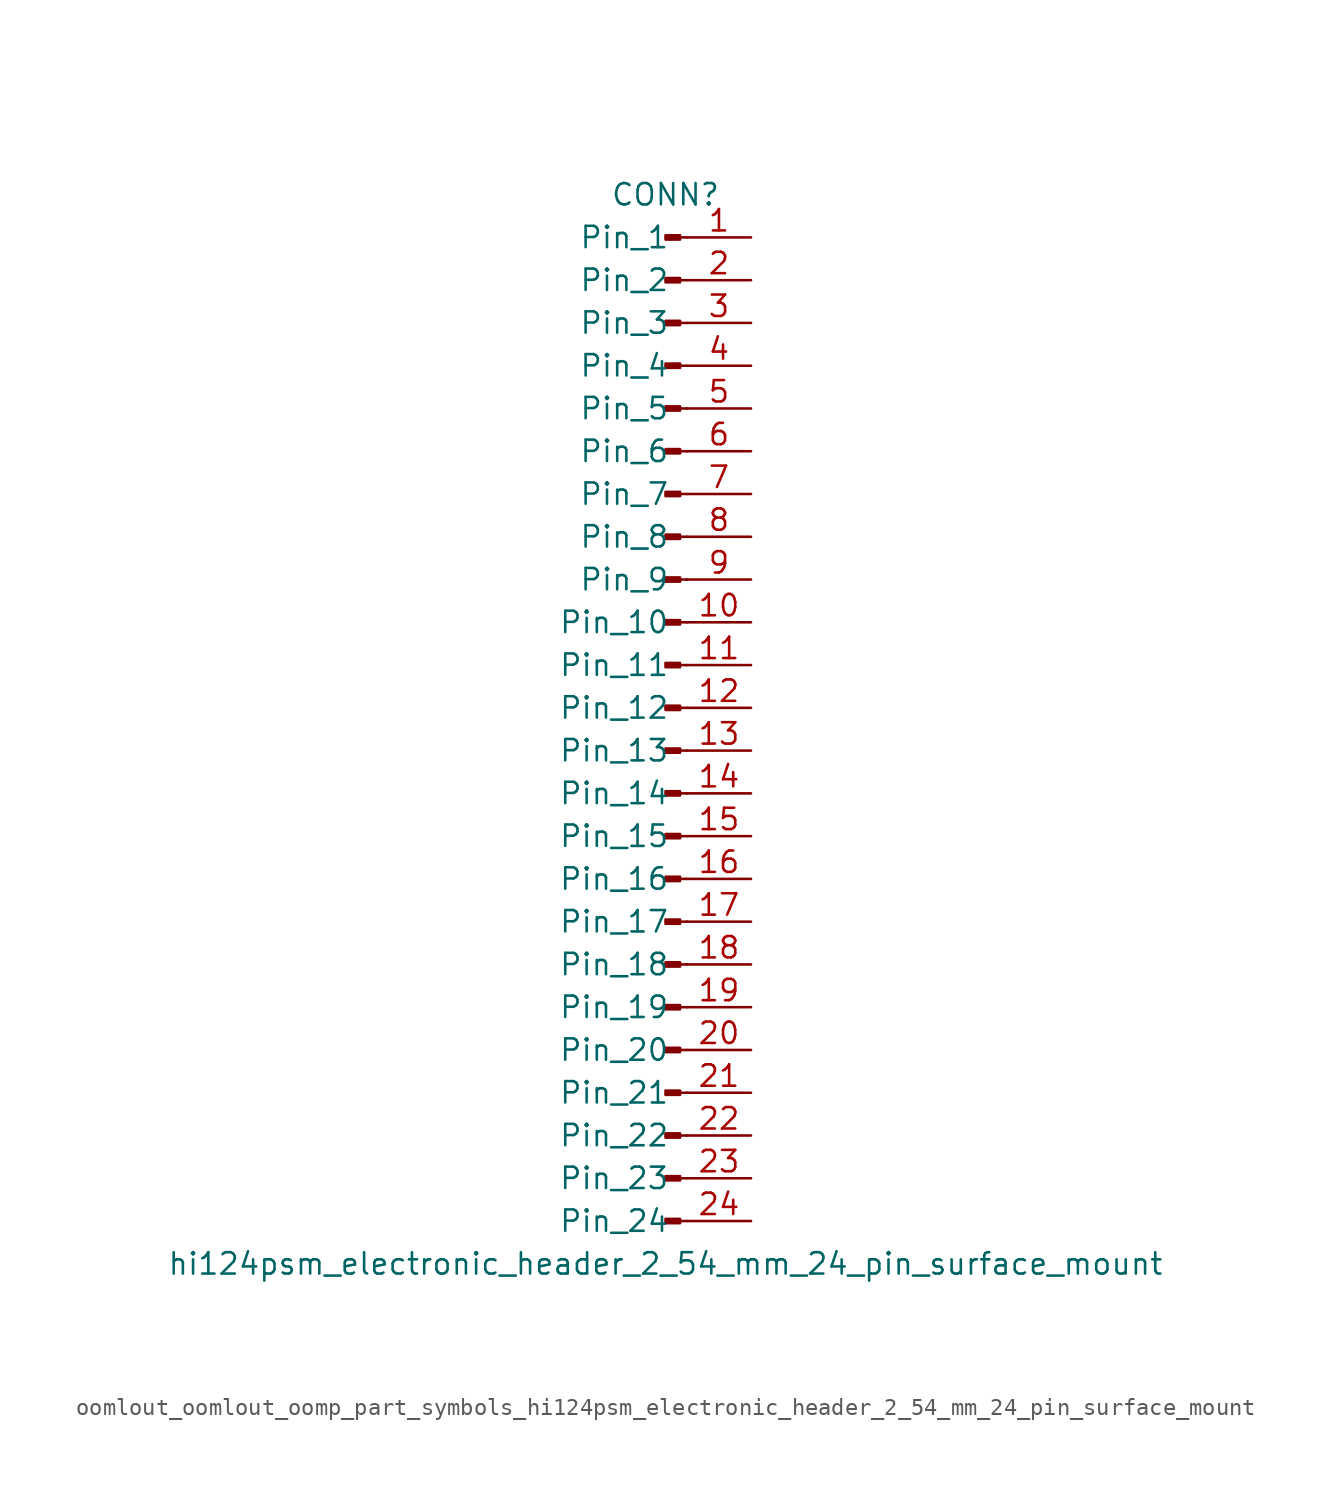
<source format=kicad_sym>
(kicad_symbol_lib
  (version 20220914)
  (generator kicad_symbol_editor)
  (symbol "oomlout_oomlout_oomp_part_symbols_hi124psm_electronic_header_2_54_mm_24_pin_surface_mount"
    (pin_names
      (offset 1.016))
    (property "Reference" "CONN"
      (at 0 30.48 0)
      (effects (font (size 1.27 1.27))))
    (property "Value" "hi124psm_electronic_header_2_54_mm_24_pin_surface_mount"
      (at 0 -33.02 0)
      (effects (font (size 1.27 1.27))))
    (property "ki_locked" ""
      (at 0 0 0)
      (effects (font (size 1.27 1.27))))
    (symbol "oomlout_oomlout_oomp_part_symbols_hi124psm_electronic_header_2_54_mm_24_pin_surface_mount_1_1"
      (polyline (pts (xy 1.27 -30.48) (xy 0.864 -30.48)) (stroke (width 0.152) (type default)) (fill (type none)))
      (polyline (pts (xy 1.27 -27.94) (xy 0.864 -27.94)) (stroke (width 0.152) (type default)) (fill (type none)))
      (polyline (pts (xy 1.27 -25.4) (xy 0.864 -25.4)) (stroke (width 0.152) (type default)) (fill (type none)))
      (polyline (pts (xy 1.27 -22.86) (xy 0.864 -22.86)) (stroke (width 0.152) (type default)) (fill (type none)))
      (polyline (pts (xy 1.27 -20.32) (xy 0.864 -20.32)) (stroke (width 0.152) (type default)) (fill (type none)))
      (polyline (pts (xy 1.27 -17.78) (xy 0.864 -17.78)) (stroke (width 0.152) (type default)) (fill (type none)))
      (polyline (pts (xy 1.27 -15.24) (xy 0.864 -15.24)) (stroke (width 0.152) (type default)) (fill (type none)))
      (polyline (pts (xy 1.27 -12.7) (xy 0.864 -12.7)) (stroke (width 0.152) (type default)) (fill (type none)))
      (polyline (pts (xy 1.27 -10.16) (xy 0.864 -10.16)) (stroke (width 0.152) (type default)) (fill (type none)))
      (polyline (pts (xy 1.27 -7.62) (xy 0.864 -7.62)) (stroke (width 0.152) (type default)) (fill (type none)))
      (polyline (pts (xy 1.27 -5.08) (xy 0.864 -5.08)) (stroke (width 0.152) (type default)) (fill (type none)))
      (polyline (pts (xy 1.27 -2.54) (xy 0.864 -2.54)) (stroke (width 0.152) (type default)) (fill (type none)))
      (polyline (pts (xy 1.27 0) (xy 0.864 0)) (stroke (width 0.152) (type default)) (fill (type none)))
      (polyline (pts (xy 1.27 2.54) (xy 0.864 2.54)) (stroke (width 0.152) (type default)) (fill (type none)))
      (polyline (pts (xy 1.27 5.08) (xy 0.864 5.08)) (stroke (width 0.152) (type default)) (fill (type none)))
      (polyline (pts (xy 1.27 7.62) (xy 0.864 7.62)) (stroke (width 0.152) (type default)) (fill (type none)))
      (polyline (pts (xy 1.27 10.16) (xy 0.864 10.16)) (stroke (width 0.152) (type default)) (fill (type none)))
      (polyline (pts (xy 1.27 12.7) (xy 0.864 12.7)) (stroke (width 0.152) (type default)) (fill (type none)))
      (polyline (pts (xy 1.27 15.24) (xy 0.864 15.24)) (stroke (width 0.152) (type default)) (fill (type none)))
      (polyline (pts (xy 1.27 17.78) (xy 0.864 17.78)) (stroke (width 0.152) (type default)) (fill (type none)))
      (polyline (pts (xy 1.27 20.32) (xy 0.864 20.32)) (stroke (width 0.152) (type default)) (fill (type none)))
      (polyline (pts (xy 1.27 22.86) (xy 0.864 22.86)) (stroke (width 0.152) (type default)) (fill (type none)))
      (polyline (pts (xy 1.27 25.4) (xy 0.864 25.4)) (stroke (width 0.152) (type default)) (fill (type none)))
      (polyline (pts (xy 1.27 27.94) (xy 0.864 27.94)) (stroke (width 0.152) (type default)) (fill (type none)))
      (rectangle (start 0.864 -30.353) (end 0 -30.607) (stroke (width 0.152) (type default)) (fill (type outline)))
      (rectangle (start 0.864 -27.813) (end 0 -28.067) (stroke (width 0.152) (type default)) (fill (type outline)))
      (rectangle (start 0.864 -25.273) (end 0 -25.527) (stroke (width 0.152) (type default)) (fill (type outline)))
      (rectangle (start 0.864 -22.733) (end 0 -22.987) (stroke (width 0.152) (type default)) (fill (type outline)))
      (rectangle (start 0.864 -20.193) (end 0 -20.447) (stroke (width 0.152) (type default)) (fill (type outline)))
      (rectangle (start 0.864 -17.653) (end 0 -17.907) (stroke (width 0.152) (type default)) (fill (type outline)))
      (rectangle (start 0.864 -15.113) (end 0 -15.367) (stroke (width 0.152) (type default)) (fill (type outline)))
      (rectangle (start 0.864 -12.573) (end 0 -12.827) (stroke (width 0.152) (type default)) (fill (type outline)))
      (rectangle (start 0.864 -10.033) (end 0 -10.287) (stroke (width 0.152) (type default)) (fill (type outline)))
      (rectangle (start 0.864 -7.493) (end 0 -7.747) (stroke (width 0.152) (type default)) (fill (type outline)))
      (rectangle (start 0.864 -4.953) (end 0 -5.207) (stroke (width 0.152) (type default)) (fill (type outline)))
      (rectangle (start 0.864 -2.413) (end 0 -2.667) (stroke (width 0.152) (type default)) (fill (type outline)))
      (rectangle (start 0.864 0.127) (end 0 -0.127) (stroke (width 0.152) (type default)) (fill (type outline)))
      (rectangle (start 0.864 2.667) (end 0 2.413) (stroke (width 0.152) (type default)) (fill (type outline)))
      (rectangle (start 0.864 5.207) (end 0 4.953) (stroke (width 0.152) (type default)) (fill (type outline)))
      (rectangle (start 0.864 7.747) (end 0 7.493) (stroke (width 0.152) (type default)) (fill (type outline)))
      (rectangle (start 0.864 10.287) (end 0 10.033) (stroke (width 0.152) (type default)) (fill (type outline)))
      (rectangle (start 0.864 12.827) (end 0 12.573) (stroke (width 0.152) (type default)) (fill (type outline)))
      (rectangle (start 0.864 15.367) (end 0 15.113) (stroke (width 0.152) (type default)) (fill (type outline)))
      (rectangle (start 0.864 17.907) (end 0 17.653) (stroke (width 0.152) (type default)) (fill (type outline)))
      (rectangle (start 0.864 20.447) (end 0 20.193) (stroke (width 0.152) (type default)) (fill (type outline)))
      (rectangle (start 0.864 22.987) (end 0 22.733) (stroke (width 0.152) (type default)) (fill (type outline)))
      (rectangle (start 0.864 25.527) (end 0 25.273) (stroke (width 0.152) (type default)) (fill (type outline)))
      (rectangle (start 0.864 28.067) (end 0 27.813) (stroke (width 0.152) (type default)) (fill (type outline)))
      (pin passive line (at 5.08 27.94 180) (length 3.81) (name "Pin_1" (effects (font (size 1.27 1.27)))) (number "1" (effects (font (size 1.27 1.27)))))
      (pin passive line (at 5.08 5.08 180) (length 3.81) (name "Pin_10" (effects (font (size 1.27 1.27)))) (number "10" (effects (font (size 1.27 1.27)))))
      (pin passive line (at 5.08 2.54 180) (length 3.81) (name "Pin_11" (effects (font (size 1.27 1.27)))) (number "11" (effects (font (size 1.27 1.27)))))
      (pin passive line (at 5.08 0 180) (length 3.81) (name "Pin_12" (effects (font (size 1.27 1.27)))) (number "12" (effects (font (size 1.27 1.27)))))
      (pin passive line (at 5.08 -2.54 180) (length 3.81) (name "Pin_13" (effects (font (size 1.27 1.27)))) (number "13" (effects (font (size 1.27 1.27)))))
      (pin passive line (at 5.08 -5.08 180) (length 3.81) (name "Pin_14" (effects (font (size 1.27 1.27)))) (number "14" (effects (font (size 1.27 1.27)))))
      (pin passive line (at 5.08 -7.62 180) (length 3.81) (name "Pin_15" (effects (font (size 1.27 1.27)))) (number "15" (effects (font (size 1.27 1.27)))))
      (pin passive line (at 5.08 -10.16 180) (length 3.81) (name "Pin_16" (effects (font (size 1.27 1.27)))) (number "16" (effects (font (size 1.27 1.27)))))
      (pin passive line (at 5.08 -12.7 180) (length 3.81) (name "Pin_17" (effects (font (size 1.27 1.27)))) (number "17" (effects (font (size 1.27 1.27)))))
      (pin passive line (at 5.08 -15.24 180) (length 3.81) (name "Pin_18" (effects (font (size 1.27 1.27)))) (number "18" (effects (font (size 1.27 1.27)))))
      (pin passive line (at 5.08 -17.78 180) (length 3.81) (name "Pin_19" (effects (font (size 1.27 1.27)))) (number "19" (effects (font (size 1.27 1.27)))))
      (pin passive line (at 5.08 25.4 180) (length 3.81) (name "Pin_2" (effects (font (size 1.27 1.27)))) (number "2" (effects (font (size 1.27 1.27)))))
      (pin passive line (at 5.08 -20.32 180) (length 3.81) (name "Pin_20" (effects (font (size 1.27 1.27)))) (number "20" (effects (font (size 1.27 1.27)))))
      (pin passive line (at 5.08 -22.86 180) (length 3.81) (name "Pin_21" (effects (font (size 1.27 1.27)))) (number "21" (effects (font (size 1.27 1.27)))))
      (pin passive line (at 5.08 -25.4 180) (length 3.81) (name "Pin_22" (effects (font (size 1.27 1.27)))) (number "22" (effects (font (size 1.27 1.27)))))
      (pin passive line (at 5.08 -27.94 180) (length 3.81) (name "Pin_23" (effects (font (size 1.27 1.27)))) (number "23" (effects (font (size 1.27 1.27)))))
      (pin passive line (at 5.08 -30.48 180) (length 3.81) (name "Pin_24" (effects (font (size 1.27 1.27)))) (number "24" (effects (font (size 1.27 1.27)))))
      (pin passive line (at 5.08 22.86 180) (length 3.81) (name "Pin_3" (effects (font (size 1.27 1.27)))) (number "3" (effects (font (size 1.27 1.27)))))
      (pin passive line (at 5.08 20.32 180) (length 3.81) (name "Pin_4" (effects (font (size 1.27 1.27)))) (number "4" (effects (font (size 1.27 1.27)))))
      (pin passive line (at 5.08 17.78 180) (length 3.81) (name "Pin_5" (effects (font (size 1.27 1.27)))) (number "5" (effects (font (size 1.27 1.27)))))
      (pin passive line (at 5.08 15.24 180) (length 3.81) (name "Pin_6" (effects (font (size 1.27 1.27)))) (number "6" (effects (font (size 1.27 1.27)))))
      (pin passive line (at 5.08 12.7 180) (length 3.81) (name "Pin_7" (effects (font (size 1.27 1.27)))) (number "7" (effects (font (size 1.27 1.27)))))
      (pin passive line (at 5.08 10.16 180) (length 3.81) (name "Pin_8" (effects (font (size 1.27 1.27)))) (number "8" (effects (font (size 1.27 1.27)))))
      (pin passive line (at 5.08 7.62 180) (length 3.81) (name "Pin_9" (effects (font (size 1.27 1.27)))) (number "9" (effects (font (size 1.27 1.27))))))))
</source>
